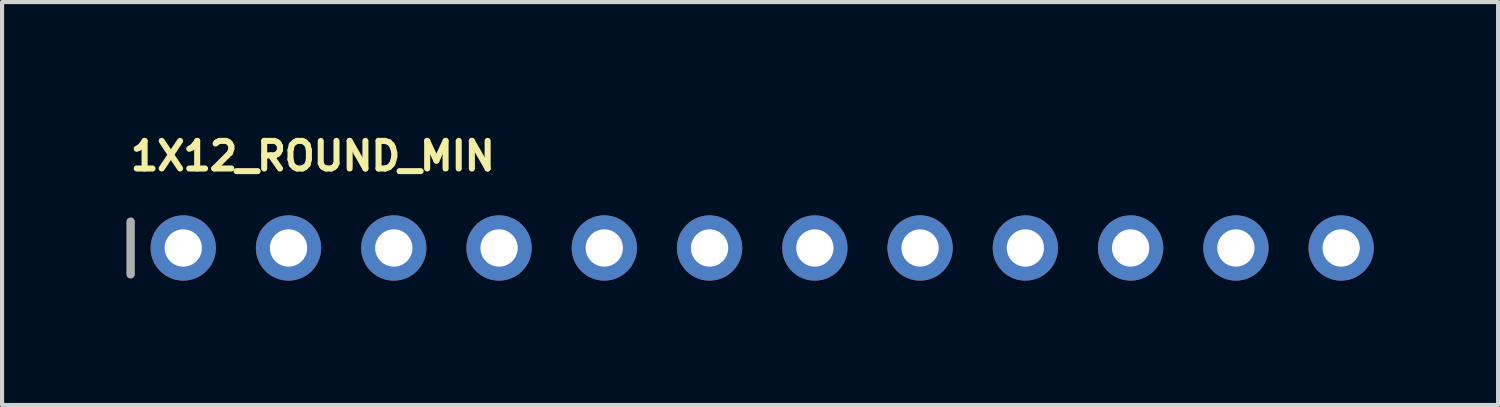
<source format=kicad_pcb>
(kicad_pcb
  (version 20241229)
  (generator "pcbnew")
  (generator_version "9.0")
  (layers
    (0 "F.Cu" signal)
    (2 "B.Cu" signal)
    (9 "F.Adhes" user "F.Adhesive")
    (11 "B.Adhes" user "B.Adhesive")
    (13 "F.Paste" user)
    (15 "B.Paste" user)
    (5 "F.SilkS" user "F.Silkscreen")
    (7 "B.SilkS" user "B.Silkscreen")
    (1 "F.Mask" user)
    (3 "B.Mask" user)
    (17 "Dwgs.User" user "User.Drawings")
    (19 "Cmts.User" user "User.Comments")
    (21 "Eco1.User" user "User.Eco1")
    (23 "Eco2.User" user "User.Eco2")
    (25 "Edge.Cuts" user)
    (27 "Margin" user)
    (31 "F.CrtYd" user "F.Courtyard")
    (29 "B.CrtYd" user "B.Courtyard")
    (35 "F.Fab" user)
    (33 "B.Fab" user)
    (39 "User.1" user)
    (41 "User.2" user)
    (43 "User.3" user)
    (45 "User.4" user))
  (footprint "1X12_ROUND_MIN"
    (layer "F.Cu")
    (at 15.342 2.934)
    (property "Reference" "1X12_ROUND_MIN" (at -15.316 -1.829 0) (layer "F.SilkS") (effects (font (size 0.666 0.666) (thickness 0.146)) (justify left bottom)))
    (fp_line (start -15.24 -0.635) (end -15.24 0.635) (stroke (width 0.203) (type solid)) (layer "F.Fab"))
    (fp_poly (pts (xy -14.224 0.254) (xy -13.716 0.254) (xy -13.716 -0.254) (xy -14.224 -0.254)) (stroke (width 0.1) (type default)) (fill no) (layer "F.Fab"))
    (fp_poly (pts (xy -11.684 0.254) (xy -11.176 0.254) (xy -11.176 -0.254) (xy -11.684 -0.254)) (stroke (width 0.1) (type default)) (fill no) (layer "F.Fab"))
    (fp_poly (pts (xy -9.144 0.254) (xy -8.636 0.254) (xy -8.636 -0.254) (xy -9.144 -0.254)) (stroke (width 0.1) (type default)) (fill no) (layer "F.Fab"))
    (fp_poly (pts (xy -6.604 0.254) (xy -6.096 0.254) (xy -6.096 -0.254) (xy -6.604 -0.254)) (stroke (width 0.1) (type default)) (fill no) (layer "F.Fab"))
    (fp_poly (pts (xy -4.064 0.254) (xy -3.556 0.254) (xy -3.556 -0.254) (xy -4.064 -0.254)) (stroke (width 0.1) (type default)) (fill no) (layer "F.Fab"))
    (fp_poly (pts (xy -1.524 0.254) (xy -1.016 0.254) (xy -1.016 -0.254) (xy -1.524 -0.254)) (stroke (width 0.1) (type default)) (fill no) (layer "F.Fab"))
    (fp_poly (pts (xy 1.016 0.254) (xy 1.524 0.254) (xy 1.524 -0.254) (xy 1.016 -0.254)) (stroke (width 0.1) (type default)) (fill no) (layer "F.Fab"))
    (fp_poly (pts (xy 3.556 0.254) (xy 4.064 0.254) (xy 4.064 -0.254) (xy 3.556 -0.254)) (stroke (width 0.1) (type default)) (fill no) (layer "F.Fab"))
    (fp_poly (pts (xy 6.096 0.254) (xy 6.604 0.254) (xy 6.604 -0.254) (xy 6.096 -0.254)) (stroke (width 0.1) (type default)) (fill no) (layer "F.Fab"))
    (fp_poly (pts (xy 8.636 0.254) (xy 9.144 0.254) (xy 9.144 -0.254) (xy 8.636 -0.254)) (stroke (width 0.1) (type default)) (fill no) (layer "F.Fab"))
    (fp_poly (pts (xy 11.176 0.254) (xy 11.684 0.254) (xy 11.684 -0.254) (xy 11.176 -0.254)) (stroke (width 0.1) (type default)) (fill no) (layer "F.Fab"))
    (fp_poly (pts (xy 13.716 0.254) (xy 14.224 0.254) (xy 14.224 -0.254) (xy 13.716 -0.254)) (stroke (width 0.1) (type default)) (fill no) (layer "F.Fab"))
    (pad "1" thru_hole circle (at -13.97 0 90) (size 1.575 1.575) (drill 0.9) (layers "*.Cu" "*.Mask"))
    (pad "2" thru_hole circle (at -11.43 0 90) (size 1.575 1.575) (drill 0.9) (layers "*.Cu" "*.Mask"))
    (pad "3" thru_hole circle (at -8.89 0 90) (size 1.575 1.575) (drill 0.9) (layers "*.Cu" "*.Mask"))
    (pad "4" thru_hole circle (at -6.35 0 90) (size 1.575 1.575) (drill 0.9) (layers "*.Cu" "*.Mask"))
    (pad "5" thru_hole circle (at -3.81 0 90) (size 1.575 1.575) (drill 0.9) (layers "*.Cu" "*.Mask"))
    (pad "6" thru_hole circle (at -1.27 0 90) (size 1.575 1.575) (drill 0.9) (layers "*.Cu" "*.Mask"))
    (pad "7" thru_hole circle (at 1.27 0 90) (size 1.575 1.575) (drill 0.9) (layers "*.Cu" "*.Mask"))
    (pad "8" thru_hole circle (at 3.81 0 90) (size 1.575 1.575) (drill 0.9) (layers "*.Cu" "*.Mask"))
    (pad "9" thru_hole circle (at 6.35 0 90) (size 1.575 1.575) (drill 0.9) (layers "*.Cu" "*.Mask"))
    (pad "10" thru_hole circle (at 8.89 0 90) (size 1.575 1.575) (drill 0.9) (layers "*.Cu" "*.Mask"))
    (pad "11" thru_hole circle (at 11.43 0 90) (size 1.575 1.575) (drill 0.9) (layers "*.Cu" "*.Mask"))
    (pad "12" thru_hole circle (at 13.97 0 90) (size 1.575 1.575) (drill 0.9) (layers "*.Cu" "*.Mask")))
  (gr_rect
    (start -3 -3)
    (end 33.099 6.722)
    (stroke (width 0.1) (type default))
    (fill no)
    (layer "Edge.Cuts")))
</source>
